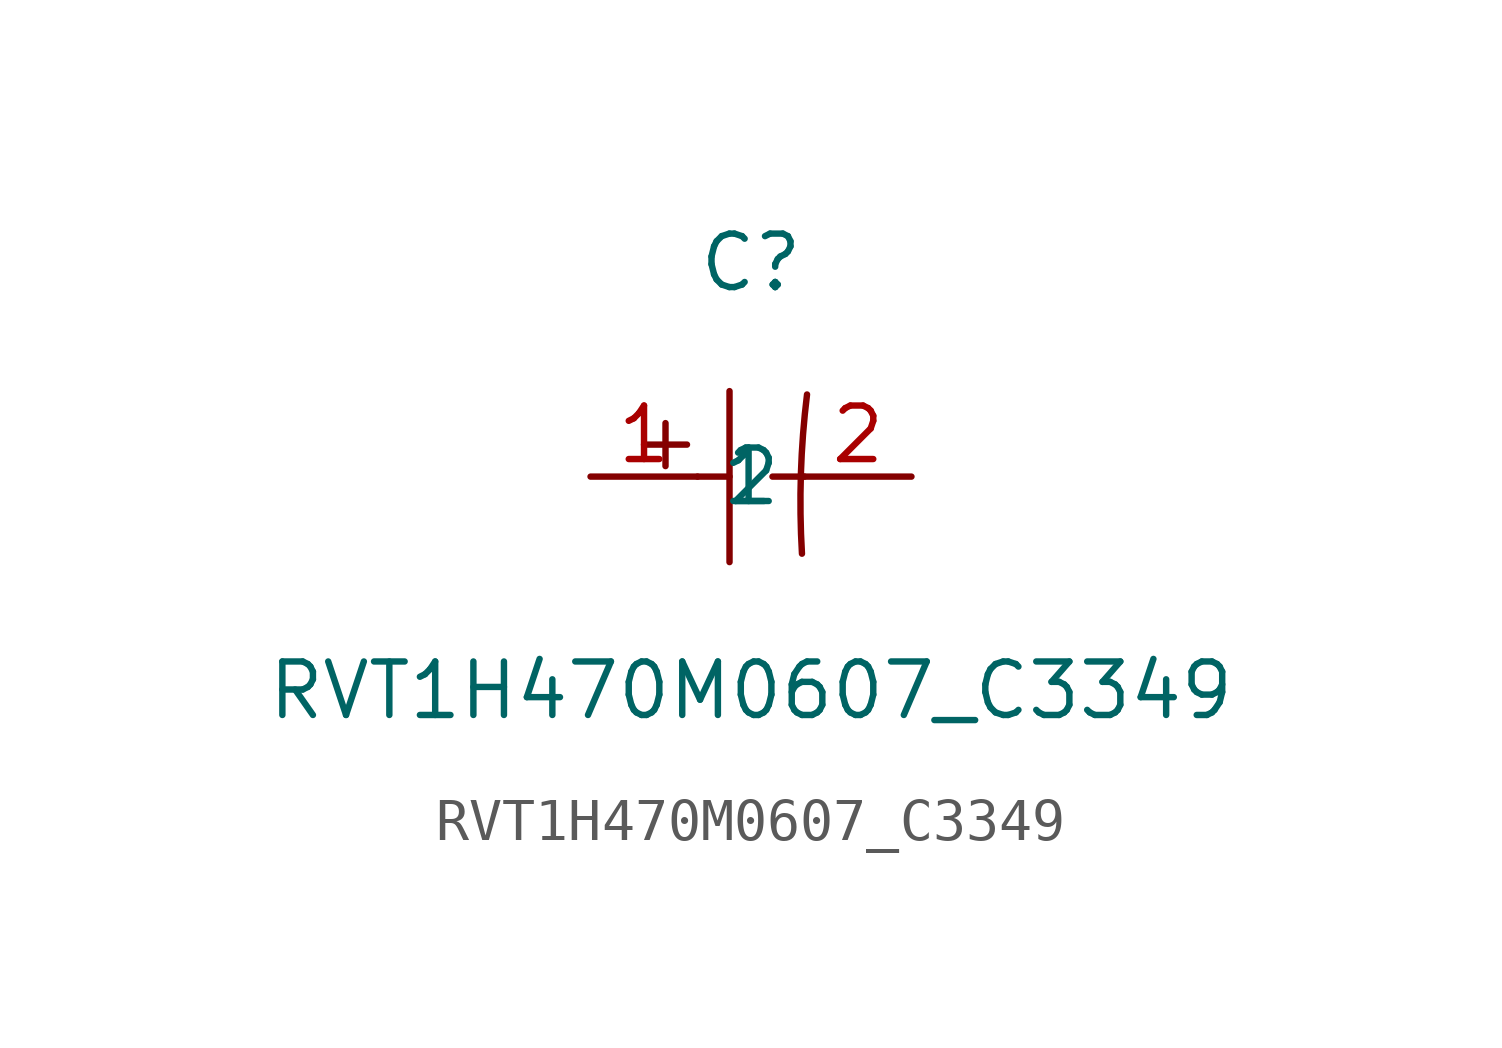
<source format=kicad_sym>
(kicad_symbol_lib
  (version 1)
  (generator "faebryk")
  (symbol "RVT1H470M0607_C3349"
    (property "Reference" "C"
      (at 0 5.08 0)
      (effects (font (size 1.27 1.27)) (hide no)))
    (property "Value" "RVT1H470M0607_C3349"
      (at 0 -5.08 0)
      (effects (font (size 1.27 1.27)) (hide no)))
    (symbol "RVT1H470M0607_C3349_0_1"
      (polyline (stroke (width 0) (type default) (color 0 0 0 0)) (fill (type none)) (pts (xy -0.51 2.03) (xy -0.51 -2.03)))
      (polyline (stroke (width 0) (type default) (color 0 0 0 0)) (fill (type none)) (pts (xy -1.27 0) (xy -0.51 0)))
      (polyline (stroke (width 0) (type default) (color 0 0 0 0)) (fill (type none)) (pts (xy 0.51 0) (xy 1.27 0)))
      (polyline (stroke (width 0) (type default) (color 0 0 0 0)) (fill (type none)) (pts (xy -2.54 0.76) (xy -1.52 0.76)))
      (polyline (stroke (width 0) (type default) (color 0 0 0 0)) (fill (type none)) (pts (xy -2.03 1.27) (xy -2.03 0.25)))
      (arc (start 1.33 1.95) (mid 1.22 -1.99) (end 1.21 -1.83) (stroke (width 0) (type default) (color 0 0 0 0)) (fill (type none)))
      (pin input line (at -3.81 0 0) (length 2.54) (name "1" (effects (font (size 1.27 1.27)) (hide no))) (number "1" (effects (font (size 1.27 1.27)) (hide no))))
      (pin input line (at 3.81 0 180) (length 2.54) (name "2" (effects (font (size 1.27 1.27)) (hide no))) (number "2" (effects (font (size 1.27 1.27)) (hide no)))))))
</source>
